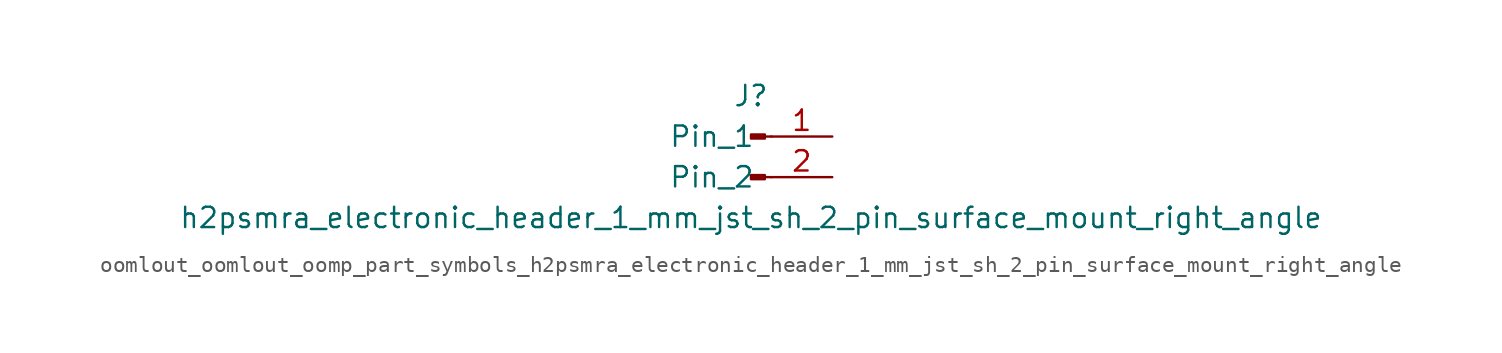
<source format=kicad_sym>
(kicad_symbol_lib
  (version 20220914)
  (generator kicad_symbol_editor)
  (symbol "oomlout_oomlout_oomp_part_symbols_h2psmra_electronic_header_1_mm_jst_sh_2_pin_surface_mount_right_angle"
    (pin_names
      (offset 1.016))
    (property "Reference" "J"
      (at 0 2.54 0)
      (effects (font (size 1.27 1.27))))
    (property "Value" "h2psmra_electronic_header_1_mm_jst_sh_2_pin_surface_mount_right_angle"
      (at 0 -5.08 0)
      (effects (font (size 1.27 1.27))))
    (property "ki_locked" ""
      (at 0 0 0)
      (effects (font (size 1.27 1.27))))
    (symbol "oomlout_oomlout_oomp_part_symbols_h2psmra_electronic_header_1_mm_jst_sh_2_pin_surface_mount_right_angle_1_1"
      (polyline (pts (xy 1.27 -2.54) (xy 0.864 -2.54)) (stroke (width 0.152) (type default)) (fill (type none)))
      (polyline (pts (xy 1.27 0) (xy 0.864 0)) (stroke (width 0.152) (type default)) (fill (type none)))
      (rectangle (start 0.864 -2.413) (end 0 -2.667) (stroke (width 0.152) (type default)) (fill (type outline)))
      (rectangle (start 0.864 0.127) (end 0 -0.127) (stroke (width 0.152) (type default)) (fill (type outline)))
      (pin passive line (at 5.08 0 180) (length 3.81) (name "Pin_1" (effects (font (size 1.27 1.27)))) (number "1" (effects (font (size 1.27 1.27)))))
      (pin passive line (at 5.08 -2.54 180) (length 3.81) (name "Pin_2" (effects (font (size 1.27 1.27)))) (number "2" (effects (font (size 1.27 1.27))))))))
</source>
